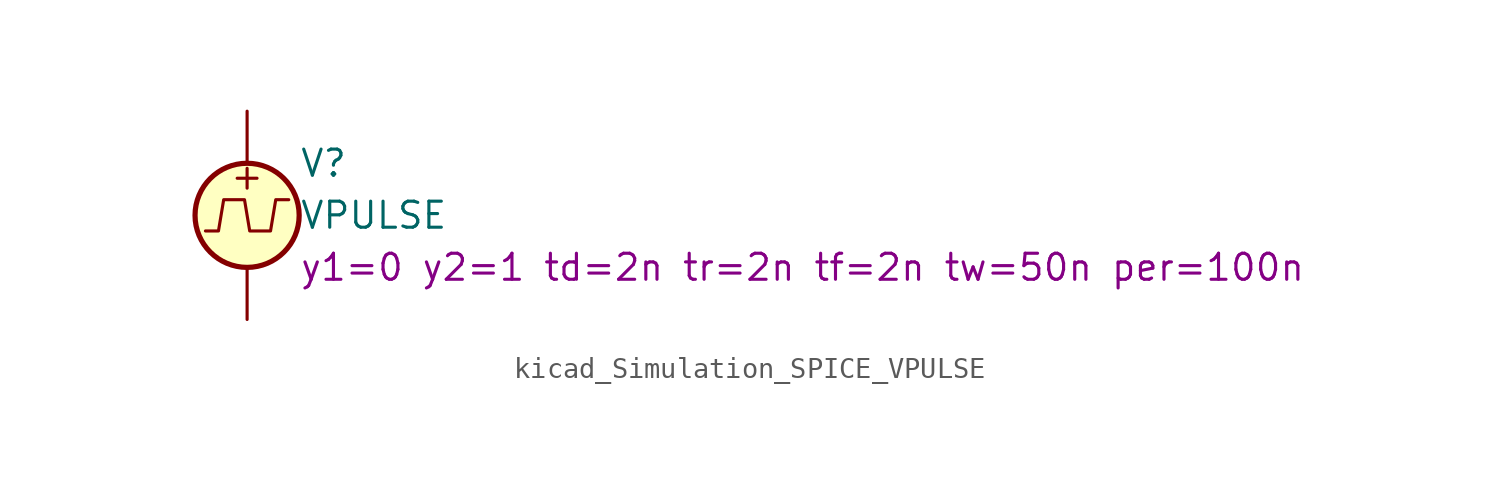
<source format=kicad_sym>
(kicad_symbol_lib
  (version 20220914)
  (generator kicad_symbol_editor)
  (symbol "kicad_Simulation_SPICE_VPULSE"
    (pin_numbers hide)
    (pin_names
      (offset 0.025))
    (property "Reference" "V"
      (at 2.54 2.54 0)
      (effects (font (size 1.27 1.27)) (justify left)))
    (property "Value" "VPULSE"
      (at 2.54 0 0)
      (effects (font (size 1.27 1.27)) (justify left)))
    (property "Sim.Params" "y1=0 y2=1 td=2n tr=2n tf=2n tw=50n per=100n"
      (at 2.54 -2.54 0)
      (effects (font (size 1.27 1.27)) (justify left)))
    (symbol "kicad_Simulation_SPICE_VPULSE_0_0"
      (polyline (pts (xy -2.032 -0.762) (xy -1.397 -0.762) (xy -1.143 0.762) (xy -0.127 0.762) (xy 0.127 -0.762) (xy 1.143 -0.762) (xy 1.397 0.762) (xy 2.032 0.762)) (stroke (width 0) (type default)) (fill (type none)))
      (text "+" (at 0 1.905 0) (effects (font (size 1.27 1.27)))))
    (symbol "kicad_Simulation_SPICE_VPULSE_0_1"
      (circle (center 0 0) (radius 2.54) (stroke (width 0.254) (type default)) (fill (type background))))
    (symbol "kicad_Simulation_SPICE_VPULSE_1_1"
      (pin passive line (at 0 5.08 270) (length 2.54) (name "~" (effects (font (size 1.27 1.27)))) (number "1" (effects (font (size 1.27 1.27)))))
      (pin passive line (at 0 -5.08 90) (length 2.54) (name "~" (effects (font (size 1.27 1.27)))) (number "2" (effects (font (size 1.27 1.27))))))))
</source>
